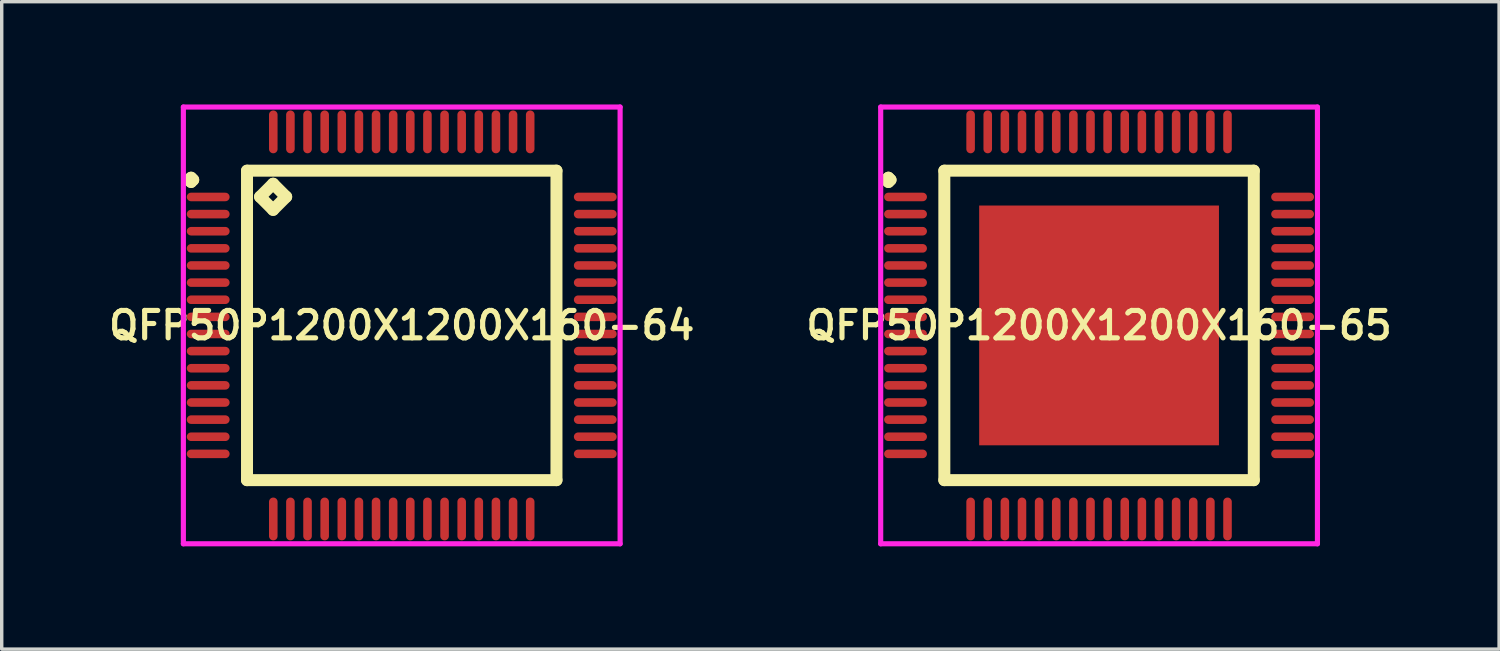
<source format=kicad_pcb>
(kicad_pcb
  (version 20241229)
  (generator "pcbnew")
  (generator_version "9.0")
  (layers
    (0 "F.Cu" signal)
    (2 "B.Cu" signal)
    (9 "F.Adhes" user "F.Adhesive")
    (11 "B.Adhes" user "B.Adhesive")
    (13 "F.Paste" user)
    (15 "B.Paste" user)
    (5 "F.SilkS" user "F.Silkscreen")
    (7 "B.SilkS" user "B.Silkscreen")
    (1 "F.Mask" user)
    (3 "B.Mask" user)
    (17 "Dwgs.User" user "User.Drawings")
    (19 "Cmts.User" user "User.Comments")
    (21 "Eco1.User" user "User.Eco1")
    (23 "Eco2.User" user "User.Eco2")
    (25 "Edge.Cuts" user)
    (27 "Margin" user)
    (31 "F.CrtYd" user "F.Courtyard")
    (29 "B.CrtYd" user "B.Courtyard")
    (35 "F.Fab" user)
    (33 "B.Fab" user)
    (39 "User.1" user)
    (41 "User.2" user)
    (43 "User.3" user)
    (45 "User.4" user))
  (footprint "QFP50P1200X1200X160-65"
    (layer "F.Cu")
    (at 29.035 6.45)
    (property "Reference" "QFP50P1200X1200X160-65" (at 0 0 0) (layer "F.SilkS") (effects (font (size 0.8 0.8) (thickness 0.15))))
    (attr smd)
    (fp_line (start -6.213 -4.25) (end -6.15 -4.312) (stroke (width 0.35) (type solid)) (layer "F.SilkS"))
    (fp_line (start -6.15 -4.312) (end -6.088 -4.25) (stroke (width 0.35) (type solid)) (layer "F.SilkS"))
    (fp_line (start -6.15 -4.188) (end -6.213 -4.25) (stroke (width 0.35) (type solid)) (layer "F.SilkS"))
    (fp_line (start -6.088 -4.25) (end -6.15 -4.188) (stroke (width 0.35) (type solid)) (layer "F.SilkS"))
    (fp_line (start -4.517 -4.517) (end -4.517 4.517) (stroke (width 0.35) (type solid)) (layer "F.SilkS"))
    (fp_line (start -4.517 4.517) (end 4.517 4.517) (stroke (width 0.35) (type solid)) (layer "F.SilkS"))
    (fp_line (start 4.517 -4.517) (end -4.517 -4.517) (stroke (width 0.35) (type solid)) (layer "F.SilkS"))
    (fp_line (start 4.517 4.517) (end 4.517 -4.517) (stroke (width 0.35) (type solid)) (layer "F.SilkS"))
    (fp_line (start -6.375 -6.375) (end 6.375 -6.375) (stroke (width 0.15) (type solid)) (layer "F.CrtYd"))
    (fp_line (start -6.375 6.375) (end -6.375 -6.375) (stroke (width 0.15) (type solid)) (layer "F.CrtYd"))
    (fp_line (start 6.375 -6.375) (end 6.375 6.375) (stroke (width 0.15) (type solid)) (layer "F.CrtYd"))
    (fp_line (start 6.375 6.375) (end -6.375 6.375) (stroke (width 0.15) (type solid)) (layer "F.CrtYd"))
    (pad "1" smd oval (at -5.65 -3.75) (size 1.25 0.25) (layers "F.Cu" "F.Mask" "F.Paste"))
    (pad "2" smd oval (at -5.65 -3.25) (size 1.25 0.25) (layers "F.Cu" "F.Mask" "F.Paste"))
    (pad "3" smd oval (at -5.65 -2.75) (size 1.25 0.25) (layers "F.Cu" "F.Mask" "F.Paste"))
    (pad "4" smd oval (at -5.65 -2.25) (size 1.25 0.25) (layers "F.Cu" "F.Mask" "F.Paste"))
    (pad "5" smd oval (at -5.65 -1.75) (size 1.25 0.25) (layers "F.Cu" "F.Mask" "F.Paste"))
    (pad "6" smd oval (at -5.65 -1.25) (size 1.25 0.25) (layers "F.Cu" "F.Mask" "F.Paste"))
    (pad "7" smd oval (at -5.65 -0.75) (size 1.25 0.25) (layers "F.Cu" "F.Mask" "F.Paste"))
    (pad "8" smd oval (at -5.65 -0.25) (size 1.25 0.25) (layers "F.Cu" "F.Mask" "F.Paste"))
    (pad "9" smd oval (at -5.65 0.25) (size 1.25 0.25) (layers "F.Cu" "F.Mask" "F.Paste"))
    (pad "10" smd oval (at -5.65 0.75) (size 1.25 0.25) (layers "F.Cu" "F.Mask" "F.Paste"))
    (pad "11" smd oval (at -5.65 1.25) (size 1.25 0.25) (layers "F.Cu" "F.Mask" "F.Paste"))
    (pad "12" smd oval (at -5.65 1.75) (size 1.25 0.25) (layers "F.Cu" "F.Mask" "F.Paste"))
    (pad "13" smd oval (at -5.65 2.25) (size 1.25 0.25) (layers "F.Cu" "F.Mask" "F.Paste"))
    (pad "14" smd oval (at -5.65 2.75) (size 1.25 0.25) (layers "F.Cu" "F.Mask" "F.Paste"))
    (pad "15" smd oval (at -5.65 3.25) (size 1.25 0.25) (layers "F.Cu" "F.Mask" "F.Paste"))
    (pad "16" smd oval (at -5.65 3.75) (size 1.25 0.25) (layers "F.Cu" "F.Mask" "F.Paste"))
    (pad "17" smd oval (at -3.75 5.65) (size 0.25 1.25) (layers "F.Cu" "F.Mask" "F.Paste"))
    (pad "18" smd oval (at -3.25 5.65) (size 0.25 1.25) (layers "F.Cu" "F.Mask" "F.Paste"))
    (pad "19" smd oval (at -2.75 5.65) (size 0.25 1.25) (layers "F.Cu" "F.Mask" "F.Paste"))
    (pad "20" smd oval (at -2.25 5.65) (size 0.25 1.25) (layers "F.Cu" "F.Mask" "F.Paste"))
    (pad "21" smd oval (at -1.75 5.65) (size 0.25 1.25) (layers "F.Cu" "F.Mask" "F.Paste"))
    (pad "22" smd oval (at -1.25 5.65) (size 0.25 1.25) (layers "F.Cu" "F.Mask" "F.Paste"))
    (pad "23" smd oval (at -0.75 5.65) (size 0.25 1.25) (layers "F.Cu" "F.Mask" "F.Paste"))
    (pad "24" smd oval (at -0.25 5.65) (size 0.25 1.25) (layers "F.Cu" "F.Mask" "F.Paste"))
    (pad "25" smd oval (at 0.25 5.65) (size 0.25 1.25) (layers "F.Cu" "F.Mask" "F.Paste"))
    (pad "26" smd oval (at 0.75 5.65) (size 0.25 1.25) (layers "F.Cu" "F.Mask" "F.Paste"))
    (pad "27" smd oval (at 1.25 5.65) (size 0.25 1.25) (layers "F.Cu" "F.Mask" "F.Paste"))
    (pad "28" smd oval (at 1.75 5.65) (size 0.25 1.25) (layers "F.Cu" "F.Mask" "F.Paste"))
    (pad "29" smd oval (at 2.25 5.65) (size 0.25 1.25) (layers "F.Cu" "F.Mask" "F.Paste"))
    (pad "30" smd oval (at 2.75 5.65) (size 0.25 1.25) (layers "F.Cu" "F.Mask" "F.Paste"))
    (pad "31" smd oval (at 3.25 5.65) (size 0.25 1.25) (layers "F.Cu" "F.Mask" "F.Paste"))
    (pad "32" smd oval (at 3.75 5.65) (size 0.25 1.25) (layers "F.Cu" "F.Mask" "F.Paste"))
    (pad "33" smd oval (at 5.65 3.75) (size 1.25 0.25) (layers "F.Cu" "F.Mask" "F.Paste"))
    (pad "34" smd oval (at 5.65 3.25) (size 1.25 0.25) (layers "F.Cu" "F.Mask" "F.Paste"))
    (pad "35" smd oval (at 5.65 2.75) (size 1.25 0.25) (layers "F.Cu" "F.Mask" "F.Paste"))
    (pad "36" smd oval (at 5.65 2.25) (size 1.25 0.25) (layers "F.Cu" "F.Mask" "F.Paste"))
    (pad "37" smd oval (at 5.65 1.75) (size 1.25 0.25) (layers "F.Cu" "F.Mask" "F.Paste"))
    (pad "38" smd oval (at 5.65 1.25) (size 1.25 0.25) (layers "F.Cu" "F.Mask" "F.Paste"))
    (pad "39" smd oval (at 5.65 0.75) (size 1.25 0.25) (layers "F.Cu" "F.Mask" "F.Paste"))
    (pad "40" smd oval (at 5.65 0.25) (size 1.25 0.25) (layers "F.Cu" "F.Mask" "F.Paste"))
    (pad "41" smd oval (at 5.65 -0.25) (size 1.25 0.25) (layers "F.Cu" "F.Mask" "F.Paste"))
    (pad "42" smd oval (at 5.65 -0.75) (size 1.25 0.25) (layers "F.Cu" "F.Mask" "F.Paste"))
    (pad "43" smd oval (at 5.65 -1.25) (size 1.25 0.25) (layers "F.Cu" "F.Mask" "F.Paste"))
    (pad "44" smd oval (at 5.65 -1.75) (size 1.25 0.25) (layers "F.Cu" "F.Mask" "F.Paste"))
    (pad "45" smd oval (at 5.65 -2.25) (size 1.25 0.25) (layers "F.Cu" "F.Mask" "F.Paste"))
    (pad "46" smd oval (at 5.65 -2.75) (size 1.25 0.25) (layers "F.Cu" "F.Mask" "F.Paste"))
    (pad "47" smd oval (at 5.65 -3.25) (size 1.25 0.25) (layers "F.Cu" "F.Mask" "F.Paste"))
    (pad "48" smd oval (at 5.65 -3.75) (size 1.25 0.25) (layers "F.Cu" "F.Mask" "F.Paste"))
    (pad "49" smd oval (at 3.75 -5.65) (size 0.25 1.25) (layers "F.Cu" "F.Mask" "F.Paste"))
    (pad "50" smd oval (at 3.25 -5.65) (size 0.25 1.25) (layers "F.Cu" "F.Mask" "F.Paste"))
    (pad "51" smd oval (at 2.75 -5.65) (size 0.25 1.25) (layers "F.Cu" "F.Mask" "F.Paste"))
    (pad "52" smd oval (at 2.25 -5.65) (size 0.25 1.25) (layers "F.Cu" "F.Mask" "F.Paste"))
    (pad "53" smd oval (at 1.75 -5.65) (size 0.25 1.25) (layers "F.Cu" "F.Mask" "F.Paste"))
    (pad "54" smd oval (at 1.25 -5.65) (size 0.25 1.25) (layers "F.Cu" "F.Mask" "F.Paste"))
    (pad "55" smd oval (at 0.75 -5.65) (size 0.25 1.25) (layers "F.Cu" "F.Mask" "F.Paste"))
    (pad "56" smd oval (at 0.25 -5.65) (size 0.25 1.25) (layers "F.Cu" "F.Mask" "F.Paste"))
    (pad "57" smd oval (at -0.25 -5.65) (size 0.25 1.25) (layers "F.Cu" "F.Mask" "F.Paste"))
    (pad "58" smd oval (at -0.75 -5.65) (size 0.25 1.25) (layers "F.Cu" "F.Mask" "F.Paste"))
    (pad "59" smd oval (at -1.25 -5.65) (size 0.25 1.25) (layers "F.Cu" "F.Mask" "F.Paste"))
    (pad "60" smd oval (at -1.75 -5.65) (size 0.25 1.25) (layers "F.Cu" "F.Mask" "F.Paste"))
    (pad "61" smd oval (at -2.25 -5.65) (size 0.25 1.25) (layers "F.Cu" "F.Mask" "F.Paste"))
    (pad "62" smd oval (at -2.75 -5.65) (size 0.25 1.25) (layers "F.Cu" "F.Mask" "F.Paste"))
    (pad "63" smd oval (at -3.25 -5.65) (size 0.25 1.25) (layers "F.Cu" "F.Mask" "F.Paste"))
    (pad "64" smd oval (at -3.75 -5.65) (size 0.25 1.25) (layers "F.Cu" "F.Mask" "F.Paste"))
    (pad "65" smd rect (at 0 0) (size 7 7) (layers "F.Cu" "F.Mask" "F.Paste")))
  (footprint "QFP50P1200X1200X160-64"
    (layer "F.Cu")
    (at 8.678 6.45)
    (property "Reference" "QFP50P1200X1200X160-64" (at 0 0 0) (layer "F.SilkS") (effects (font (size 0.8 0.8) (thickness 0.15))))
    (attr smd)
    (fp_line (start -6.213 -4.25) (end -6.15 -4.312) (stroke (width 0.35) (type solid)) (layer "F.SilkS"))
    (fp_line (start -6.15 -4.312) (end -6.088 -4.25) (stroke (width 0.35) (type solid)) (layer "F.SilkS"))
    (fp_line (start -6.15 -4.188) (end -6.213 -4.25) (stroke (width 0.35) (type solid)) (layer "F.SilkS"))
    (fp_line (start -6.088 -4.25) (end -6.15 -4.188) (stroke (width 0.35) (type solid)) (layer "F.SilkS"))
    (fp_line (start -4.517 -4.517) (end -4.517 4.517) (stroke (width 0.35) (type solid)) (layer "F.SilkS"))
    (fp_line (start -4.517 4.517) (end 4.517 4.517) (stroke (width 0.35) (type solid)) (layer "F.SilkS"))
    (fp_line (start -4.136 -3.755) (end -3.755 -4.136) (stroke (width 0.35) (type solid)) (layer "F.SilkS"))
    (fp_line (start -3.755 -4.136) (end -3.374 -3.755) (stroke (width 0.35) (type solid)) (layer "F.SilkS"))
    (fp_line (start -3.755 -3.374) (end -4.136 -3.755) (stroke (width 0.35) (type solid)) (layer "F.SilkS"))
    (fp_line (start -3.374 -3.755) (end -3.755 -3.374) (stroke (width 0.35) (type solid)) (layer "F.SilkS"))
    (fp_line (start 4.517 -4.517) (end -4.517 -4.517) (stroke (width 0.35) (type solid)) (layer "F.SilkS"))
    (fp_line (start 4.517 4.517) (end 4.517 -4.517) (stroke (width 0.35) (type solid)) (layer "F.SilkS"))
    (fp_line (start -6.375 -6.375) (end 6.375 -6.375) (stroke (width 0.15) (type solid)) (layer "F.CrtYd"))
    (fp_line (start -6.375 6.375) (end -6.375 -6.375) (stroke (width 0.15) (type solid)) (layer "F.CrtYd"))
    (fp_line (start 6.375 -6.375) (end 6.375 6.375) (stroke (width 0.15) (type solid)) (layer "F.CrtYd"))
    (fp_line (start 6.375 6.375) (end -6.375 6.375) (stroke (width 0.15) (type solid)) (layer "F.CrtYd"))
    (pad "1" smd oval (at -5.65 -3.75) (size 1.25 0.25) (layers "F.Cu" "F.Mask" "F.Paste"))
    (pad "2" smd oval (at -5.65 -3.25) (size 1.25 0.25) (layers "F.Cu" "F.Mask" "F.Paste"))
    (pad "3" smd oval (at -5.65 -2.75) (size 1.25 0.25) (layers "F.Cu" "F.Mask" "F.Paste"))
    (pad "4" smd oval (at -5.65 -2.25) (size 1.25 0.25) (layers "F.Cu" "F.Mask" "F.Paste"))
    (pad "5" smd oval (at -5.65 -1.75) (size 1.25 0.25) (layers "F.Cu" "F.Mask" "F.Paste"))
    (pad "6" smd oval (at -5.65 -1.25) (size 1.25 0.25) (layers "F.Cu" "F.Mask" "F.Paste"))
    (pad "7" smd oval (at -5.65 -0.75) (size 1.25 0.25) (layers "F.Cu" "F.Mask" "F.Paste"))
    (pad "8" smd oval (at -5.65 -0.25) (size 1.25 0.25) (layers "F.Cu" "F.Mask" "F.Paste"))
    (pad "9" smd oval (at -5.65 0.25) (size 1.25 0.25) (layers "F.Cu" "F.Mask" "F.Paste"))
    (pad "10" smd oval (at -5.65 0.75) (size 1.25 0.25) (layers "F.Cu" "F.Mask" "F.Paste"))
    (pad "11" smd oval (at -5.65 1.25) (size 1.25 0.25) (layers "F.Cu" "F.Mask" "F.Paste"))
    (pad "12" smd oval (at -5.65 1.75) (size 1.25 0.25) (layers "F.Cu" "F.Mask" "F.Paste"))
    (pad "13" smd oval (at -5.65 2.25) (size 1.25 0.25) (layers "F.Cu" "F.Mask" "F.Paste"))
    (pad "14" smd oval (at -5.65 2.75) (size 1.25 0.25) (layers "F.Cu" "F.Mask" "F.Paste"))
    (pad "15" smd oval (at -5.65 3.25) (size 1.25 0.25) (layers "F.Cu" "F.Mask" "F.Paste"))
    (pad "16" smd oval (at -5.65 3.75) (size 1.25 0.25) (layers "F.Cu" "F.Mask" "F.Paste"))
    (pad "17" smd oval (at -3.75 5.65) (size 0.25 1.25) (layers "F.Cu" "F.Mask" "F.Paste"))
    (pad "18" smd oval (at -3.25 5.65) (size 0.25 1.25) (layers "F.Cu" "F.Mask" "F.Paste"))
    (pad "19" smd oval (at -2.75 5.65) (size 0.25 1.25) (layers "F.Cu" "F.Mask" "F.Paste"))
    (pad "20" smd oval (at -2.25 5.65) (size 0.25 1.25) (layers "F.Cu" "F.Mask" "F.Paste"))
    (pad "21" smd oval (at -1.75 5.65) (size 0.25 1.25) (layers "F.Cu" "F.Mask" "F.Paste"))
    (pad "22" smd oval (at -1.25 5.65) (size 0.25 1.25) (layers "F.Cu" "F.Mask" "F.Paste"))
    (pad "23" smd oval (at -0.75 5.65) (size 0.25 1.25) (layers "F.Cu" "F.Mask" "F.Paste"))
    (pad "24" smd oval (at -0.25 5.65) (size 0.25 1.25) (layers "F.Cu" "F.Mask" "F.Paste"))
    (pad "25" smd oval (at 0.25 5.65) (size 0.25 1.25) (layers "F.Cu" "F.Mask" "F.Paste"))
    (pad "26" smd oval (at 0.75 5.65) (size 0.25 1.25) (layers "F.Cu" "F.Mask" "F.Paste"))
    (pad "27" smd oval (at 1.25 5.65) (size 0.25 1.25) (layers "F.Cu" "F.Mask" "F.Paste"))
    (pad "28" smd oval (at 1.75 5.65) (size 0.25 1.25) (layers "F.Cu" "F.Mask" "F.Paste"))
    (pad "29" smd oval (at 2.25 5.65) (size 0.25 1.25) (layers "F.Cu" "F.Mask" "F.Paste"))
    (pad "30" smd oval (at 2.75 5.65) (size 0.25 1.25) (layers "F.Cu" "F.Mask" "F.Paste"))
    (pad "31" smd oval (at 3.25 5.65) (size 0.25 1.25) (layers "F.Cu" "F.Mask" "F.Paste"))
    (pad "32" smd oval (at 3.75 5.65) (size 0.25 1.25) (layers "F.Cu" "F.Mask" "F.Paste"))
    (pad "33" smd oval (at 5.65 3.75) (size 1.25 0.25) (layers "F.Cu" "F.Mask" "F.Paste"))
    (pad "34" smd oval (at 5.65 3.25) (size 1.25 0.25) (layers "F.Cu" "F.Mask" "F.Paste"))
    (pad "35" smd oval (at 5.65 2.75) (size 1.25 0.25) (layers "F.Cu" "F.Mask" "F.Paste"))
    (pad "36" smd oval (at 5.65 2.25) (size 1.25 0.25) (layers "F.Cu" "F.Mask" "F.Paste"))
    (pad "37" smd oval (at 5.65 1.75) (size 1.25 0.25) (layers "F.Cu" "F.Mask" "F.Paste"))
    (pad "38" smd oval (at 5.65 1.25) (size 1.25 0.25) (layers "F.Cu" "F.Mask" "F.Paste"))
    (pad "39" smd oval (at 5.65 0.75) (size 1.25 0.25) (layers "F.Cu" "F.Mask" "F.Paste"))
    (pad "40" smd oval (at 5.65 0.25) (size 1.25 0.25) (layers "F.Cu" "F.Mask" "F.Paste"))
    (pad "41" smd oval (at 5.65 -0.25) (size 1.25 0.25) (layers "F.Cu" "F.Mask" "F.Paste"))
    (pad "42" smd oval (at 5.65 -0.75) (size 1.25 0.25) (layers "F.Cu" "F.Mask" "F.Paste"))
    (pad "43" smd oval (at 5.65 -1.25) (size 1.25 0.25) (layers "F.Cu" "F.Mask" "F.Paste"))
    (pad "44" smd oval (at 5.65 -1.75) (size 1.25 0.25) (layers "F.Cu" "F.Mask" "F.Paste"))
    (pad "45" smd oval (at 5.65 -2.25) (size 1.25 0.25) (layers "F.Cu" "F.Mask" "F.Paste"))
    (pad "46" smd oval (at 5.65 -2.75) (size 1.25 0.25) (layers "F.Cu" "F.Mask" "F.Paste"))
    (pad "47" smd oval (at 5.65 -3.25) (size 1.25 0.25) (layers "F.Cu" "F.Mask" "F.Paste"))
    (pad "48" smd oval (at 5.65 -3.75) (size 1.25 0.25) (layers "F.Cu" "F.Mask" "F.Paste"))
    (pad "49" smd oval (at 3.75 -5.65) (size 0.25 1.25) (layers "F.Cu" "F.Mask" "F.Paste"))
    (pad "50" smd oval (at 3.25 -5.65) (size 0.25 1.25) (layers "F.Cu" "F.Mask" "F.Paste"))
    (pad "51" smd oval (at 2.75 -5.65) (size 0.25 1.25) (layers "F.Cu" "F.Mask" "F.Paste"))
    (pad "52" smd oval (at 2.25 -5.65) (size 0.25 1.25) (layers "F.Cu" "F.Mask" "F.Paste"))
    (pad "53" smd oval (at 1.75 -5.65) (size 0.25 1.25) (layers "F.Cu" "F.Mask" "F.Paste"))
    (pad "54" smd oval (at 1.25 -5.65) (size 0.25 1.25) (layers "F.Cu" "F.Mask" "F.Paste"))
    (pad "55" smd oval (at 0.75 -5.65) (size 0.25 1.25) (layers "F.Cu" "F.Mask" "F.Paste"))
    (pad "56" smd oval (at 0.25 -5.65) (size 0.25 1.25) (layers "F.Cu" "F.Mask" "F.Paste"))
    (pad "57" smd oval (at -0.25 -5.65) (size 0.25 1.25) (layers "F.Cu" "F.Mask" "F.Paste"))
    (pad "58" smd oval (at -0.75 -5.65) (size 0.25 1.25) (layers "F.Cu" "F.Mask" "F.Paste"))
    (pad "59" smd oval (at -1.25 -5.65) (size 0.25 1.25) (layers "F.Cu" "F.Mask" "F.Paste"))
    (pad "60" smd oval (at -1.75 -5.65) (size 0.25 1.25) (layers "F.Cu" "F.Mask" "F.Paste"))
    (pad "61" smd oval (at -2.25 -5.65) (size 0.25 1.25) (layers "F.Cu" "F.Mask" "F.Paste"))
    (pad "62" smd oval (at -2.75 -5.65) (size 0.25 1.25) (layers "F.Cu" "F.Mask" "F.Paste"))
    (pad "63" smd oval (at -3.25 -5.65) (size 0.25 1.25) (layers "F.Cu" "F.Mask" "F.Paste"))
    (pad "64" smd oval (at -3.75 -5.65) (size 0.25 1.25) (layers "F.Cu" "F.Mask" "F.Paste")))
  (gr_rect
    (start -3 -3)
    (end 40.713 15.9)
    (stroke (width 0.1) (type default))
    (fill no)
    (layer "Edge.Cuts")))
</source>
